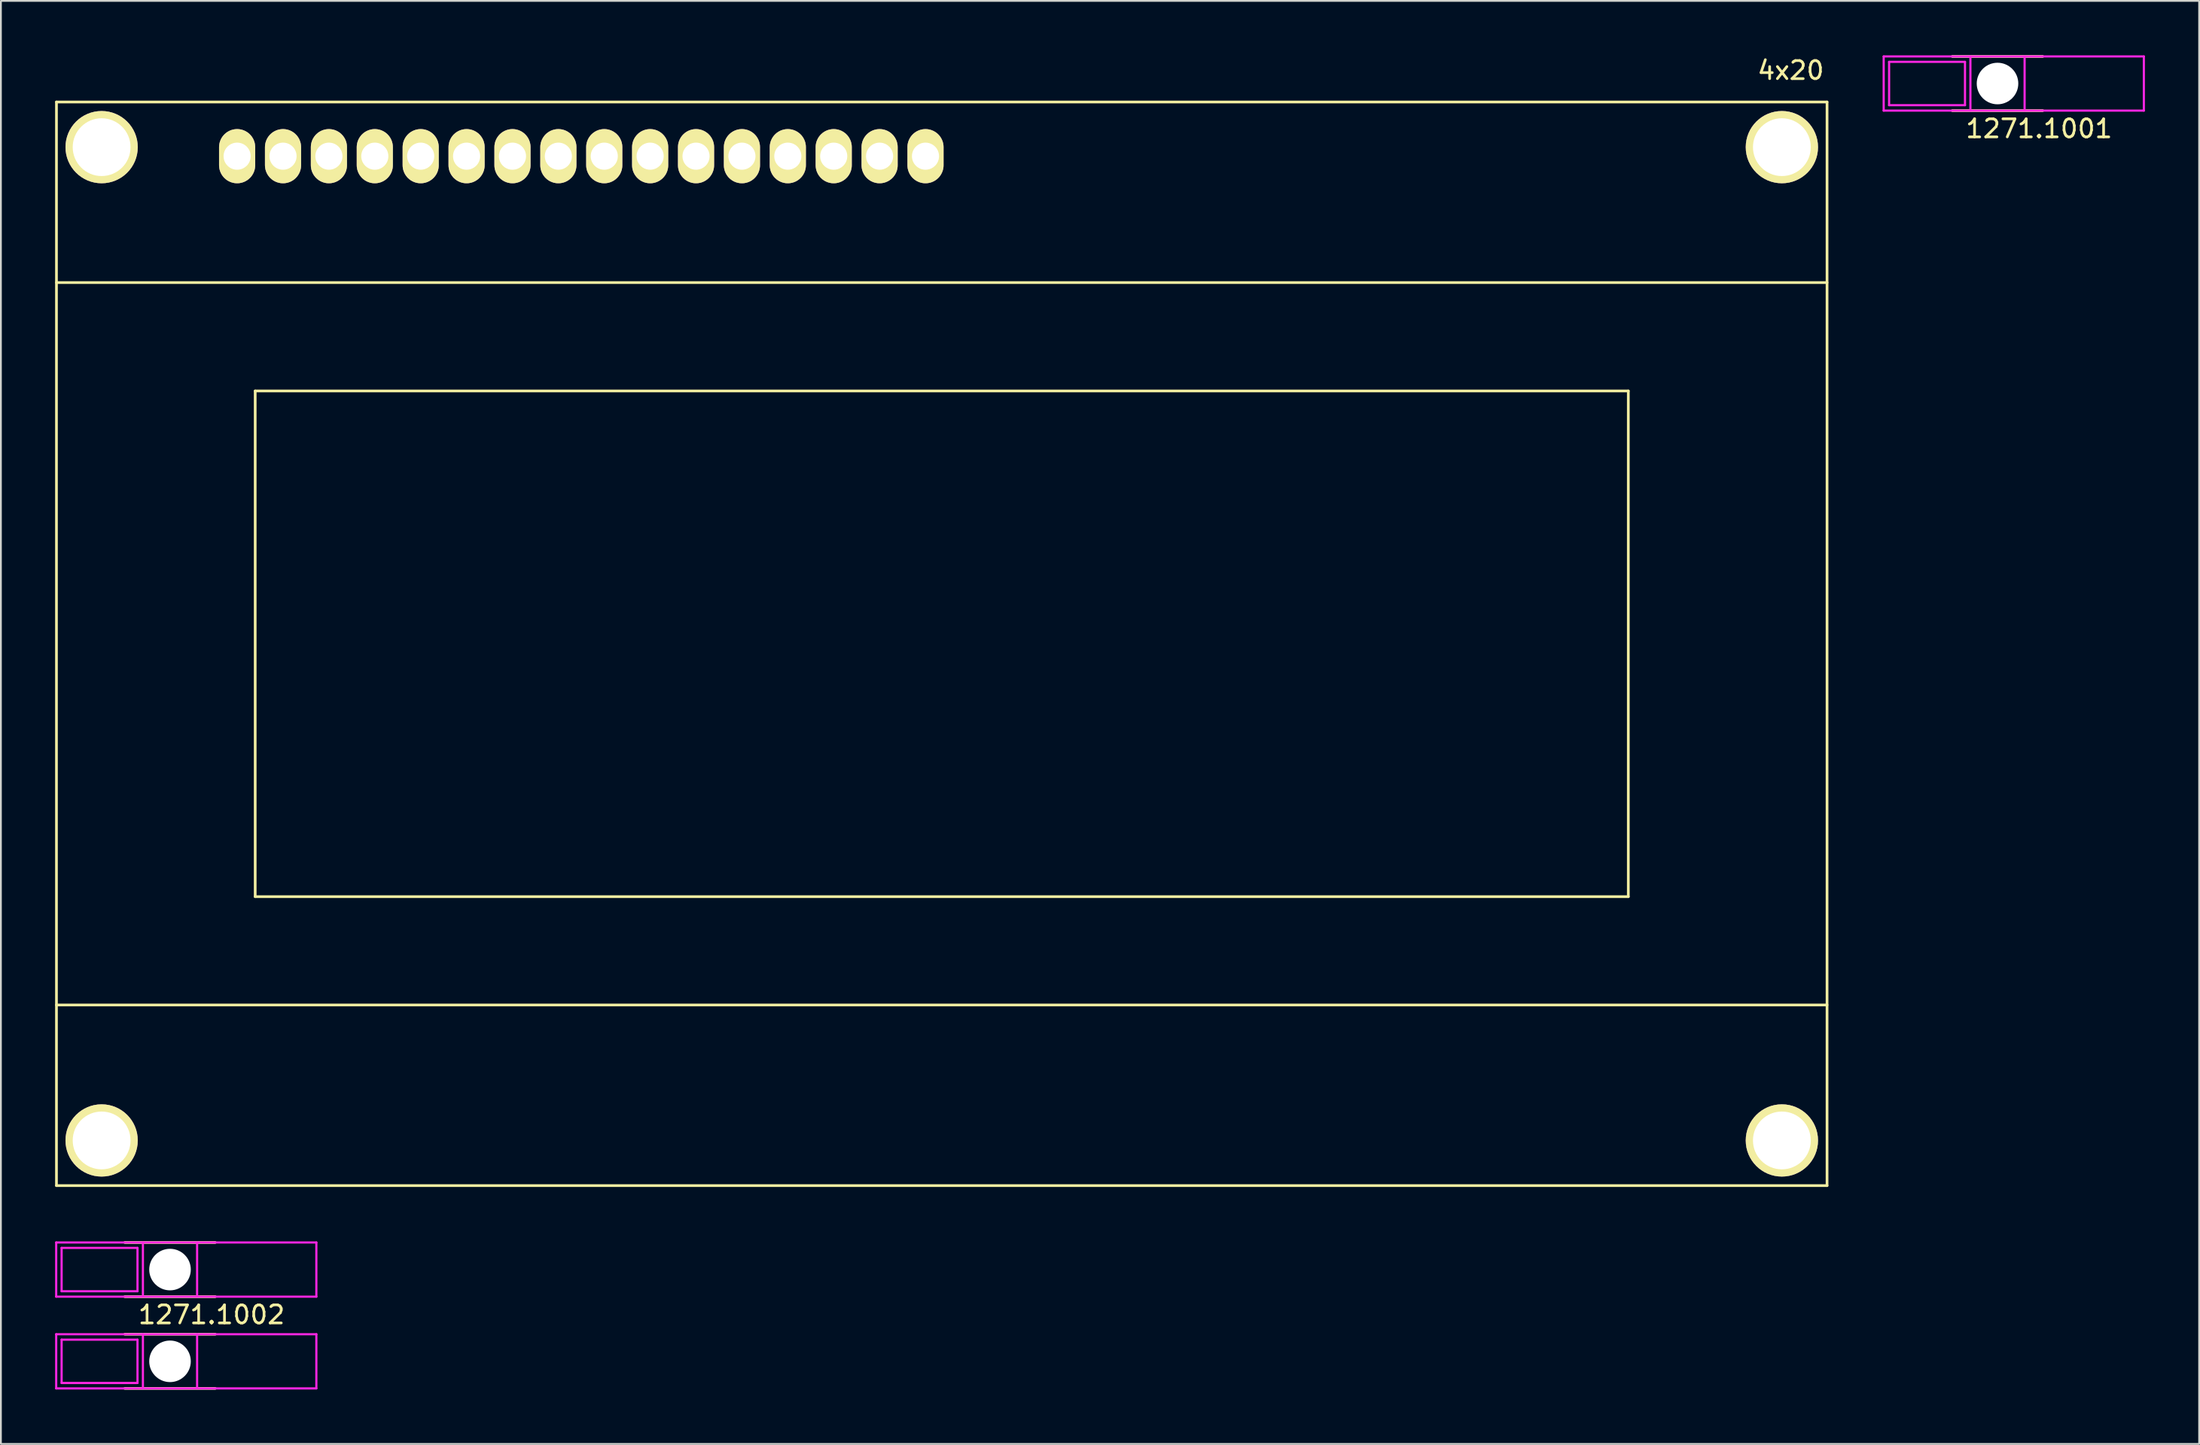
<source format=kicad_pcb>
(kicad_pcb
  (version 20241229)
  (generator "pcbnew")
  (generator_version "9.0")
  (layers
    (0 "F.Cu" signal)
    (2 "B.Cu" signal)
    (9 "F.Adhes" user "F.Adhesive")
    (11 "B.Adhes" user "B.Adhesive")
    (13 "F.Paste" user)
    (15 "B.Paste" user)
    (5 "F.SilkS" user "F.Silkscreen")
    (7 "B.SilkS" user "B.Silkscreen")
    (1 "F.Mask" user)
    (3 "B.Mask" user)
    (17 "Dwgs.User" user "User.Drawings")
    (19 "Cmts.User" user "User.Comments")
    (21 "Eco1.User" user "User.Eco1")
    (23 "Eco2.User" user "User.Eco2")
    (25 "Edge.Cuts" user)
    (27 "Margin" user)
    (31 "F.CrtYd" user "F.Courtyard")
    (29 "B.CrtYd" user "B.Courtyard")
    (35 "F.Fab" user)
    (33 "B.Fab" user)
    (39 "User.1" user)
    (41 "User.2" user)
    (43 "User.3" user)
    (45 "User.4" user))
  (footprint "4x20"
    (layer "F.Cu")
    (at 49.075 32.598)
    (property "Reference" "4x20" (at 46.99 -31.75 0) (layer "F.SilkS") (effects (font (size 1 1) (thickness 0.15))))
    (attr through_hole)
    (fp_line (start -49 -30) (end -49 30) (stroke (width 0.15) (type solid)) (layer "F.SilkS"))
    (fp_line (start -49 -20) (end 49 -20) (stroke (width 0.15) (type solid)) (layer "F.SilkS"))
    (fp_line (start -49 30) (end 49 30) (stroke (width 0.15) (type solid)) (layer "F.SilkS"))
    (fp_line (start -38 -14) (end -38 14) (stroke (width 0.15) (type solid)) (layer "F.SilkS"))
    (fp_line (start -38 14) (end 38 14) (stroke (width 0.15) (type solid)) (layer "F.SilkS"))
    (fp_line (start 38 -14) (end -38 -14) (stroke (width 0.15) (type solid)) (layer "F.SilkS"))
    (fp_line (start 38 14) (end 38 -14) (stroke (width 0.15) (type solid)) (layer "F.SilkS"))
    (fp_line (start 49 -30) (end -49 -30) (stroke (width 0.15) (type solid)) (layer "F.SilkS"))
    (fp_line (start 49 20) (end -49 20) (stroke (width 0.15) (type solid)) (layer "F.SilkS"))
    (fp_line (start 49 30) (end 49 -30) (stroke (width 0.15) (type solid)) (layer "F.SilkS"))
    (pad "" np_thru_hole circle (at -46.5 -27.5) (size 4 4) (drill 3.2) (layers "*.Cu" "*.Mask" "F.SilkS"))
    (pad "" np_thru_hole circle (at -46.5 27.5) (size 4 4) (drill 3.2) (layers "*.Cu" "*.Mask" "F.SilkS"))
    (pad "" np_thru_hole circle (at 46.5 -27.5) (size 4 4) (drill 3.2) (layers "*.Cu" "*.Mask" "F.SilkS"))
    (pad "" np_thru_hole circle (at 46.5 27.5) (size 4 4) (drill 3.2) (layers "*.Cu" "*.Mask" "F.SilkS"))
    (pad "1" thru_hole oval (at -39 -27) (size 2 3) (drill 1.5) (layers "*.Cu" "*.Mask" "F.SilkS"))
    (pad "2" thru_hole oval (at -36.46 -27) (size 2 3) (drill 1.5) (layers "*.Cu" "*.Mask" "F.SilkS"))
    (pad "3" thru_hole oval (at -33.92 -27) (size 2 3) (drill 1.5) (layers "*.Cu" "*.Mask" "F.SilkS"))
    (pad "4" thru_hole oval (at -31.38 -27) (size 2 3) (drill 1.5) (layers "*.Cu" "*.Mask" "F.SilkS"))
    (pad "5" thru_hole oval (at -28.84 -27) (size 2 3) (drill 1.5) (layers "*.Cu" "*.Mask" "F.SilkS"))
    (pad "6" thru_hole oval (at -26.3 -27) (size 2 3) (drill 1.5) (layers "*.Cu" "*.Mask" "F.SilkS"))
    (pad "7" thru_hole oval (at -23.76 -27) (size 2 3) (drill 1.5) (layers "*.Cu" "*.Mask" "F.SilkS"))
    (pad "8" thru_hole oval (at -21.22 -27) (size 2 3) (drill 1.5) (layers "*.Cu" "*.Mask" "F.SilkS"))
    (pad "9" thru_hole oval (at -18.68 -27) (size 2 3) (drill 1.5) (layers "*.Cu" "*.Mask" "F.SilkS"))
    (pad "10" thru_hole oval (at -16.14 -27) (size 2 3) (drill 1.5) (layers "*.Cu" "*.Mask" "F.SilkS"))
    (pad "11" thru_hole oval (at -13.6 -27) (size 2 3) (drill 1.5) (layers "*.Cu" "*.Mask" "F.SilkS"))
    (pad "12" thru_hole oval (at -11.06 -27) (size 2 3) (drill 1.5) (layers "*.Cu" "*.Mask" "F.SilkS"))
    (pad "13" thru_hole oval (at -8.52 -27) (size 2 3) (drill 1.5) (layers "*.Cu" "*.Mask" "F.SilkS"))
    (pad "14" thru_hole oval (at -5.98 -27) (size 2 3) (drill 1.5) (layers "*.Cu" "*.Mask" "F.SilkS"))
    (pad "15" thru_hole oval (at -3.44 -27) (size 2 3) (drill 1.5) (layers "*.Cu" "*.Mask" "F.SilkS"))
    (pad "16" thru_hole oval (at -0.9 -27) (size 2 3) (drill 1.5) (layers "*.Cu" "*.Mask" "F.SilkS")))
  (footprint "1271.1001"
    (layer "F.Cu")
    (at 107.51 1.575)
    (property "Reference" "1271.1001" (at 2.3 2.5 0) (layer "F.SilkS") (effects (font (size 1 1) (thickness 0.15))))
    (attr through_hole)
    (fp_line (start -2.5 -1.5) (end 2.5 -1.5) (stroke (width 0.15) (type solid)) (layer "F.SilkS"))
    (fp_line (start -2.5 1.5) (end 2.5 1.5) (stroke (width 0.15) (type solid)) (layer "F.SilkS"))
    (fp_line (start -6.3 -1.5) (end -6.3 1.5) (stroke (width 0.12) (type solid)) (layer "F.CrtYd"))
    (fp_line (start -6.3 1.5) (end 8.1 1.5) (stroke (width 0.12) (type solid)) (layer "F.CrtYd"))
    (fp_line (start -6 -1.2) (end -6 1.2) (stroke (width 0.12) (type solid)) (layer "F.CrtYd"))
    (fp_line (start -6 1.2) (end -1.8 1.2) (stroke (width 0.12) (type solid)) (layer "F.CrtYd"))
    (fp_line (start -1.8 -1.2) (end -6 -1.2) (stroke (width 0.12) (type solid)) (layer "F.CrtYd"))
    (fp_line (start -1.8 1.2) (end -1.8 -1.2) (stroke (width 0.12) (type solid)) (layer "F.CrtYd"))
    (fp_line (start -1.5 1.5) (end -1.5 -1.5) (stroke (width 0.12) (type solid)) (layer "F.CrtYd"))
    (fp_line (start 1.5 -1.5) (end 1.5 1.5) (stroke (width 0.12) (type solid)) (layer "F.CrtYd"))
    (fp_line (start 8.1 -1.5) (end -6.3 -1.5) (stroke (width 0.12) (type solid)) (layer "F.CrtYd"))
    (fp_line (start 8.1 1.5) (end 8.1 -1.5) (stroke (width 0.12) (type solid)) (layer "F.CrtYd"))
    (pad "" np_thru_hole circle (at 0 0) (size 2.3 2.3) (drill 2.3) (layers "*.Cu" "*.Mask")))
  (footprint "1271.1002"
    (layer "F.Cu")
    (at 6.36 69.788)
    (property "Reference" "1271.1002" (at 2.3 -0.04 0) (layer "F.SilkS") (effects (font (size 1 1) (thickness 0.15))))
    (attr through_hole)
    (fp_line (start -2.5 -4.04) (end 2.5 -4.04) (stroke (width 0.15) (type solid)) (layer "F.SilkS"))
    (fp_line (start -2.5 -1.04) (end 2.5 -1.04) (stroke (width 0.15) (type solid)) (layer "F.SilkS"))
    (fp_line (start -2.5 1.04) (end 2.5 1.04) (stroke (width 0.15) (type solid)) (layer "F.SilkS"))
    (fp_line (start -2.5 4.04) (end 2.5 4.04) (stroke (width 0.15) (type solid)) (layer "F.SilkS"))
    (fp_line (start -6.3 -4.04) (end -6.3 -1.04) (stroke (width 0.12) (type solid)) (layer "F.CrtYd"))
    (fp_line (start -6.3 -1.04) (end 8.1 -1.04) (stroke (width 0.12) (type solid)) (layer "F.CrtYd"))
    (fp_line (start -6.3 1.04) (end -6.3 4.04) (stroke (width 0.12) (type solid)) (layer "F.CrtYd"))
    (fp_line (start -6.3 4.04) (end 8.1 4.04) (stroke (width 0.12) (type solid)) (layer "F.CrtYd"))
    (fp_line (start -6 -3.74) (end -6 -1.34) (stroke (width 0.12) (type solid)) (layer "F.CrtYd"))
    (fp_line (start -6 -1.34) (end -1.8 -1.34) (stroke (width 0.12) (type solid)) (layer "F.CrtYd"))
    (fp_line (start -6 1.34) (end -6 3.74) (stroke (width 0.12) (type solid)) (layer "F.CrtYd"))
    (fp_line (start -6 3.74) (end -1.8 3.74) (stroke (width 0.12) (type solid)) (layer "F.CrtYd"))
    (fp_line (start -1.8 -3.74) (end -6 -3.74) (stroke (width 0.12) (type solid)) (layer "F.CrtYd"))
    (fp_line (start -1.8 -1.34) (end -1.8 -3.74) (stroke (width 0.12) (type solid)) (layer "F.CrtYd"))
    (fp_line (start -1.8 1.34) (end -6 1.34) (stroke (width 0.12) (type solid)) (layer "F.CrtYd"))
    (fp_line (start -1.8 3.74) (end -1.8 1.34) (stroke (width 0.12) (type solid)) (layer "F.CrtYd"))
    (fp_line (start -1.5 -1.04) (end -1.5 -4.04) (stroke (width 0.12) (type solid)) (layer "F.CrtYd"))
    (fp_line (start -1.5 4.04) (end -1.5 1.04) (stroke (width 0.12) (type solid)) (layer "F.CrtYd"))
    (fp_line (start 1.5 -4.04) (end 1.5 -1.04) (stroke (width 0.12) (type solid)) (layer "F.CrtYd"))
    (fp_line (start 1.5 1.04) (end 1.5 4.04) (stroke (width 0.12) (type solid)) (layer "F.CrtYd"))
    (fp_line (start 8.1 -4.04) (end -6.3 -4.04) (stroke (width 0.12) (type solid)) (layer "F.CrtYd"))
    (fp_line (start 8.1 -1.04) (end 8.1 -4.04) (stroke (width 0.12) (type solid)) (layer "F.CrtYd"))
    (fp_line (start 8.1 1.04) (end -6.3 1.04) (stroke (width 0.12) (type solid)) (layer "F.CrtYd"))
    (fp_line (start 8.1 4.04) (end 8.1 1.04) (stroke (width 0.12) (type solid)) (layer "F.CrtYd"))
    (pad "" np_thru_hole circle (at 0 -2.54) (size 2.3 2.3) (drill 2.3) (layers "*.Cu" "*.Mask"))
    (pad "" np_thru_hole circle (at 0 2.54) (size 2.3 2.3) (drill 2.3) (layers "*.Cu" "*.Mask")))
  (gr_rect
    (start -3 -3)
    (end 118.67 76.903)
    (stroke (width 0.1) (type default))
    (fill no)
    (layer "Edge.Cuts")))
</source>
